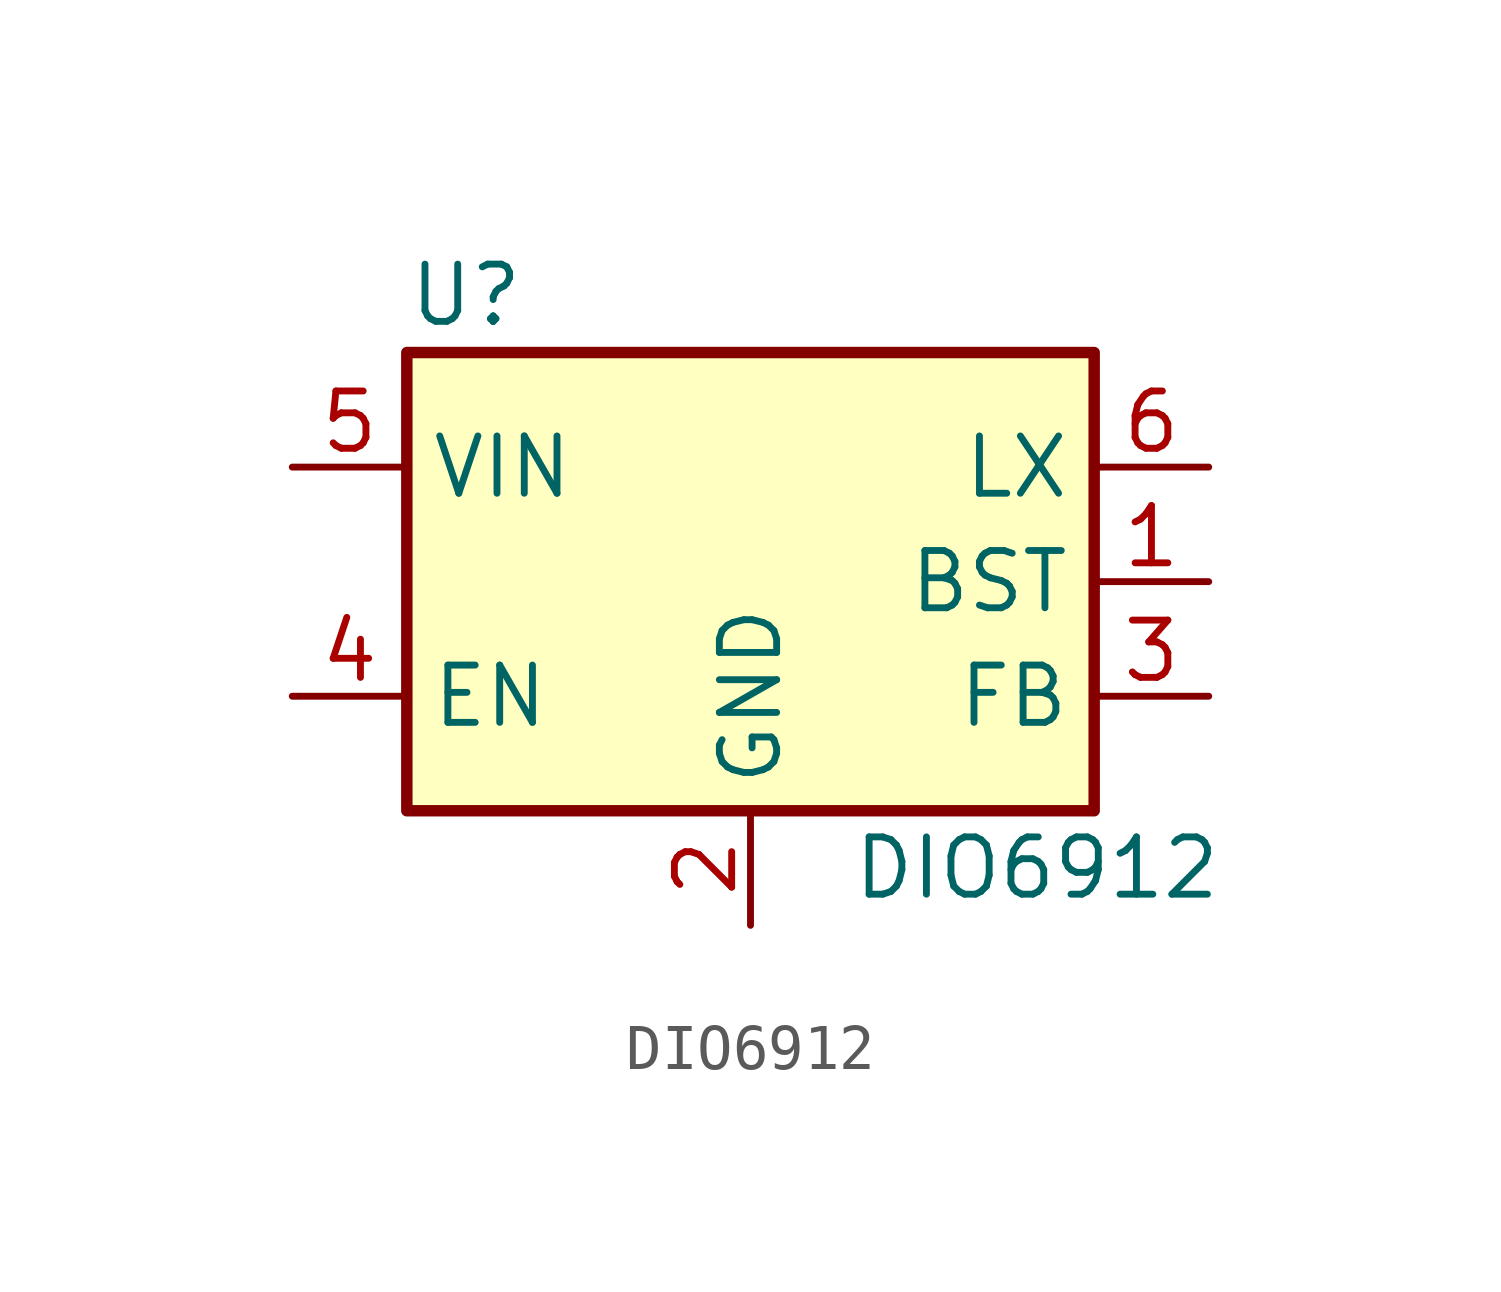
<source format=kicad_sym>
(kicad_symbol_lib
  (version 20211014)
  (generator kicad_symbol_editor)
  (symbol "DIO6912"
    (property "Reference" "U"
      (at -7.62 6.35 0)
      (effects (font (size 1.27 1.27)) (justify left)))
    (property "Value" "DIO6912"
      (at 6.35 -6.35 0)
      (effects (font (size 1.27 1.27))))
    (symbol "DIO6912_0_1"
      (rectangle (start -7.62 5.08) (end 7.62 -5.08) (stroke (width 0.254) (type default) (color 0 0 0 0)) (fill (type background))))
    (symbol "DIO6912_1_1"
      (pin passive line (at 10.16 0 180) (length 2.54) (name "BST" (effects (font (size 1.27 1.27)))) (number "1" (effects (font (size 1.27 1.27)))))
      (pin power_in line (at 0 -7.62 90) (length 2.54) (name "GND" (effects (font (size 1.27 1.27)))) (number "2" (effects (font (size 1.27 1.27)))))
      (pin input line (at 10.16 -2.54 180) (length 2.54) (name "FB" (effects (font (size 1.27 1.27)))) (number "3" (effects (font (size 1.27 1.27)))))
      (pin input line (at -10.16 -2.54 0) (length 2.54) (name "EN" (effects (font (size 1.27 1.27)))) (number "4" (effects (font (size 1.27 1.27)))))
      (pin power_in line (at -10.16 2.54 0) (length 2.54) (name "VIN" (effects (font (size 1.27 1.27)))) (number "5" (effects (font (size 1.27 1.27)))))
      (pin output line (at 10.16 2.54 180) (length 2.54) (name "LX" (effects (font (size 1.27 1.27)))) (number "6" (effects (font (size 1.27 1.27))))))))
</source>
